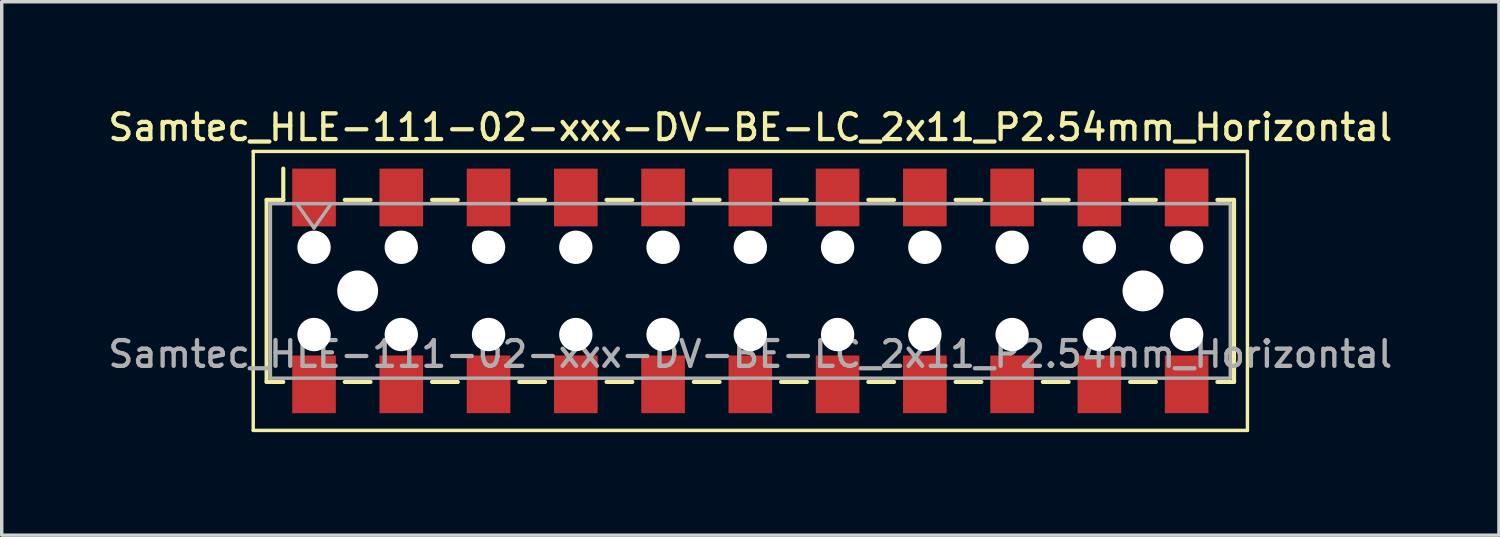
<source format=kicad_pcb>
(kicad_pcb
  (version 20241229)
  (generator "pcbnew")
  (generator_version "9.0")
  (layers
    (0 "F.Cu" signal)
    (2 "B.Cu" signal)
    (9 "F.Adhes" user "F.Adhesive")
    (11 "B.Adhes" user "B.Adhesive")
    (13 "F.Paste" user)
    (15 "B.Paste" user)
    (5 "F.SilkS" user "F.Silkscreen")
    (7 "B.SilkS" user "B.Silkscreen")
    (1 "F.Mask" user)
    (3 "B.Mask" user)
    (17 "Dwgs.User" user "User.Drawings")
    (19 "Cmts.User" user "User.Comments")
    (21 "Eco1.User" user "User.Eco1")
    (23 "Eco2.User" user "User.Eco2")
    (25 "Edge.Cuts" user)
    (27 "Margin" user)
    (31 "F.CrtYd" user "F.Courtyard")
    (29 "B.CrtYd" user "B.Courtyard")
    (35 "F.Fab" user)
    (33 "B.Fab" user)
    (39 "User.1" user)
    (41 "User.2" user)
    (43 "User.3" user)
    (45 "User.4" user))
  (footprint "Samtec_HLE-111-02-xxx-DV-BE-LC_2x11_P2.54mm_Horizontal"
    (layer "F.Cu")
    (at 18.791 5.418)
    (property "Reference" "Samtec_HLE-111-02-xxx-DV-BE-LC_2x11_P2.54mm_Horizontal" (at 0 -4.76 0) (layer "F.SilkS") (effects (font (size 0.75 0.75) (thickness 0.125))))
    (attr smd)
    (fp_line (start -14.47 -4.06) (end 14.47 -4.06) (stroke (width 0.1) (type solid)) (layer "F.SilkS"))
    (fp_line (start -14.47 4.06) (end -14.47 -4.06) (stroke (width 0.1) (type solid)) (layer "F.SilkS"))
    (fp_line (start -14.08 -2.65) (end -14.08 2.65) (stroke (width 0.12) (type solid)) (layer "F.SilkS"))
    (fp_line (start -14.08 2.65) (end -13.595 2.65) (stroke (width 0.12) (type solid)) (layer "F.SilkS"))
    (fp_line (start -13.595 -3.56) (end -13.595 -2.65) (stroke (width 0.12) (type solid)) (layer "F.SilkS"))
    (fp_line (start -13.595 -2.65) (end -14.08 -2.65) (stroke (width 0.12) (type solid)) (layer "F.SilkS"))
    (fp_line (start -11.805 -2.65) (end -11.055 -2.65) (stroke (width 0.12) (type solid)) (layer "F.SilkS"))
    (fp_line (start -11.805 2.65) (end -11.055 2.65) (stroke (width 0.12) (type solid)) (layer "F.SilkS"))
    (fp_line (start -9.265 -2.65) (end -8.515 -2.65) (stroke (width 0.12) (type solid)) (layer "F.SilkS"))
    (fp_line (start -9.265 2.65) (end -8.515 2.65) (stroke (width 0.12) (type solid)) (layer "F.SilkS"))
    (fp_line (start -6.725 -2.65) (end -5.975 -2.65) (stroke (width 0.12) (type solid)) (layer "F.SilkS"))
    (fp_line (start -6.725 2.65) (end -5.975 2.65) (stroke (width 0.12) (type solid)) (layer "F.SilkS"))
    (fp_line (start -4.185 -2.65) (end -3.435 -2.65) (stroke (width 0.12) (type solid)) (layer "F.SilkS"))
    (fp_line (start -4.185 2.65) (end -3.435 2.65) (stroke (width 0.12) (type solid)) (layer "F.SilkS"))
    (fp_line (start -1.645 -2.65) (end -0.895 -2.65) (stroke (width 0.12) (type solid)) (layer "F.SilkS"))
    (fp_line (start -1.645 2.65) (end -0.895 2.65) (stroke (width 0.12) (type solid)) (layer "F.SilkS"))
    (fp_line (start 0.895 -2.65) (end 1.645 -2.65) (stroke (width 0.12) (type solid)) (layer "F.SilkS"))
    (fp_line (start 0.895 2.65) (end 1.645 2.65) (stroke (width 0.12) (type solid)) (layer "F.SilkS"))
    (fp_line (start 3.435 -2.65) (end 4.185 -2.65) (stroke (width 0.12) (type solid)) (layer "F.SilkS"))
    (fp_line (start 3.435 2.65) (end 4.185 2.65) (stroke (width 0.12) (type solid)) (layer "F.SilkS"))
    (fp_line (start 5.975 -2.65) (end 6.725 -2.65) (stroke (width 0.12) (type solid)) (layer "F.SilkS"))
    (fp_line (start 5.975 2.65) (end 6.725 2.65) (stroke (width 0.12) (type solid)) (layer "F.SilkS"))
    (fp_line (start 8.515 -2.65) (end 9.265 -2.65) (stroke (width 0.12) (type solid)) (layer "F.SilkS"))
    (fp_line (start 8.515 2.65) (end 9.265 2.65) (stroke (width 0.12) (type solid)) (layer "F.SilkS"))
    (fp_line (start 11.055 -2.65) (end 11.805 -2.65) (stroke (width 0.12) (type solid)) (layer "F.SilkS"))
    (fp_line (start 11.055 2.65) (end 11.805 2.65) (stroke (width 0.12) (type solid)) (layer "F.SilkS"))
    (fp_line (start 13.595 -2.65) (end 14.08 -2.65) (stroke (width 0.12) (type solid)) (layer "F.SilkS"))
    (fp_line (start 14.08 -2.65) (end 14.08 2.65) (stroke (width 0.12) (type solid)) (layer "F.SilkS"))
    (fp_line (start 14.08 2.65) (end 13.595 2.65) (stroke (width 0.12) (type solid)) (layer "F.SilkS"))
    (fp_line (start 14.47 -4.06) (end 14.47 4.06) (stroke (width 0.1) (type solid)) (layer "F.SilkS"))
    (fp_line (start 14.47 4.06) (end -14.47 4.06) (stroke (width 0.1) (type solid)) (layer "F.SilkS"))
    (fp_line (start -13.97 -2.54) (end 13.97 -2.54) (stroke (width 0.1) (type solid)) (layer "F.Fab"))
    (fp_line (start -13.97 2.54) (end -13.97 -2.54) (stroke (width 0.1) (type solid)) (layer "F.Fab"))
    (fp_line (start -13.2 -2.54) (end -12.7 -1.833) (stroke (width 0.1) (type solid)) (layer "F.Fab"))
    (fp_line (start -12.7 -1.833) (end -12.2 -2.54) (stroke (width 0.1) (type solid)) (layer "F.Fab"))
    (fp_line (start 13.97 -2.54) (end 13.97 2.54) (stroke (width 0.1) (type solid)) (layer "F.Fab"))
    (fp_line (start 13.97 2.54) (end -13.97 2.54) (stroke (width 0.1) (type solid)) (layer "F.Fab"))
    (fp_text user "${REFERENCE}" (at 0 1.84 0) (layer "F.Fab") (effects (font (size 0.75 0.75) (thickness 0.125))))
    (pad "" np_thru_hole circle (at -12.7 -1.27) (size 0.97 0.97) (drill 0.97) (layers "*.Cu" "*.Mask"))
    (pad "" np_thru_hole circle (at -12.7 1.27) (size 0.97 0.97) (drill 0.97) (layers "*.Cu" "*.Mask"))
    (pad "" np_thru_hole circle (at -11.43 0) (size 1.19 1.19) (drill 1.19) (layers "*.Cu" "*.Mask"))
    (pad "" np_thru_hole circle (at -10.16 -1.27) (size 0.97 0.97) (drill 0.97) (layers "*.Cu" "*.Mask"))
    (pad "" np_thru_hole circle (at -10.16 1.27) (size 0.97 0.97) (drill 0.97) (layers "*.Cu" "*.Mask"))
    (pad "" np_thru_hole circle (at -7.62 -1.27) (size 0.97 0.97) (drill 0.97) (layers "*.Cu" "*.Mask"))
    (pad "" np_thru_hole circle (at -7.62 1.27) (size 0.97 0.97) (drill 0.97) (layers "*.Cu" "*.Mask"))
    (pad "" np_thru_hole circle (at -5.08 -1.27) (size 0.97 0.97) (drill 0.97) (layers "*.Cu" "*.Mask"))
    (pad "" np_thru_hole circle (at -5.08 1.27) (size 0.97 0.97) (drill 0.97) (layers "*.Cu" "*.Mask"))
    (pad "" np_thru_hole circle (at -2.54 -1.27) (size 0.97 0.97) (drill 0.97) (layers "*.Cu" "*.Mask"))
    (pad "" np_thru_hole circle (at -2.54 1.27) (size 0.97 0.97) (drill 0.97) (layers "*.Cu" "*.Mask"))
    (pad "" np_thru_hole circle (at 0 -1.27) (size 0.97 0.97) (drill 0.97) (layers "*.Cu" "*.Mask"))
    (pad "" np_thru_hole circle (at 0 1.27) (size 0.97 0.97) (drill 0.97) (layers "*.Cu" "*.Mask"))
    (pad "" np_thru_hole circle (at 2.54 -1.27) (size 0.97 0.97) (drill 0.97) (layers "*.Cu" "*.Mask"))
    (pad "" np_thru_hole circle (at 2.54 1.27) (size 0.97 0.97) (drill 0.97) (layers "*.Cu" "*.Mask"))
    (pad "" np_thru_hole circle (at 5.08 -1.27) (size 0.97 0.97) (drill 0.97) (layers "*.Cu" "*.Mask"))
    (pad "" np_thru_hole circle (at 5.08 1.27) (size 0.97 0.97) (drill 0.97) (layers "*.Cu" "*.Mask"))
    (pad "" np_thru_hole circle (at 7.62 -1.27) (size 0.97 0.97) (drill 0.97) (layers "*.Cu" "*.Mask"))
    (pad "" np_thru_hole circle (at 7.62 1.27) (size 0.97 0.97) (drill 0.97) (layers "*.Cu" "*.Mask"))
    (pad "" np_thru_hole circle (at 10.16 -1.27) (size 0.97 0.97) (drill 0.97) (layers "*.Cu" "*.Mask"))
    (pad "" np_thru_hole circle (at 10.16 1.27) (size 0.97 0.97) (drill 0.97) (layers "*.Cu" "*.Mask"))
    (pad "" np_thru_hole circle (at 11.43 0) (size 1.19 1.19) (drill 1.19) (layers "*.Cu" "*.Mask"))
    (pad "" np_thru_hole circle (at 12.7 -1.27) (size 0.97 0.97) (drill 0.97) (layers "*.Cu" "*.Mask"))
    (pad "" np_thru_hole circle (at 12.7 1.27) (size 0.97 0.97) (drill 0.97) (layers "*.Cu" "*.Mask"))
    (pad "1" smd rect (at -12.7 -2.72) (size 1.27 1.68) (layers "F.Cu" "F.Mask" "F.Paste"))
    (pad "2" smd rect (at -12.7 2.72) (size 1.27 1.68) (layers "F.Cu" "F.Mask" "F.Paste"))
    (pad "3" smd rect (at -10.16 -2.72) (size 1.27 1.68) (layers "F.Cu" "F.Mask" "F.Paste"))
    (pad "4" smd rect (at -10.16 2.72) (size 1.27 1.68) (layers "F.Cu" "F.Mask" "F.Paste"))
    (pad "5" smd rect (at -7.62 -2.72) (size 1.27 1.68) (layers "F.Cu" "F.Mask" "F.Paste"))
    (pad "6" smd rect (at -7.62 2.72) (size 1.27 1.68) (layers "F.Cu" "F.Mask" "F.Paste"))
    (pad "7" smd rect (at -5.08 -2.72) (size 1.27 1.68) (layers "F.Cu" "F.Mask" "F.Paste"))
    (pad "8" smd rect (at -5.08 2.72) (size 1.27 1.68) (layers "F.Cu" "F.Mask" "F.Paste"))
    (pad "9" smd rect (at -2.54 -2.72) (size 1.27 1.68) (layers "F.Cu" "F.Mask" "F.Paste"))
    (pad "10" smd rect (at -2.54 2.72) (size 1.27 1.68) (layers "F.Cu" "F.Mask" "F.Paste"))
    (pad "11" smd rect (at 0 -2.72) (size 1.27 1.68) (layers "F.Cu" "F.Mask" "F.Paste"))
    (pad "12" smd rect (at 0 2.72) (size 1.27 1.68) (layers "F.Cu" "F.Mask" "F.Paste"))
    (pad "13" smd rect (at 2.54 -2.72) (size 1.27 1.68) (layers "F.Cu" "F.Mask" "F.Paste"))
    (pad "14" smd rect (at 2.54 2.72) (size 1.27 1.68) (layers "F.Cu" "F.Mask" "F.Paste"))
    (pad "15" smd rect (at 5.08 -2.72) (size 1.27 1.68) (layers "F.Cu" "F.Mask" "F.Paste"))
    (pad "16" smd rect (at 5.08 2.72) (size 1.27 1.68) (layers "F.Cu" "F.Mask" "F.Paste"))
    (pad "17" smd rect (at 7.62 -2.72) (size 1.27 1.68) (layers "F.Cu" "F.Mask" "F.Paste"))
    (pad "18" smd rect (at 7.62 2.72) (size 1.27 1.68) (layers "F.Cu" "F.Mask" "F.Paste"))
    (pad "19" smd rect (at 10.16 -2.72) (size 1.27 1.68) (layers "F.Cu" "F.Mask" "F.Paste"))
    (pad "20" smd rect (at 10.16 2.72) (size 1.27 1.68) (layers "F.Cu" "F.Mask" "F.Paste"))
    (pad "21" smd rect (at 12.7 -2.72) (size 1.27 1.68) (layers "F.Cu" "F.Mask" "F.Paste"))
    (pad "22" smd rect (at 12.7 2.72) (size 1.27 1.68) (layers "F.Cu" "F.Mask" "F.Paste")))
  (gr_rect
    (start -3 -3)
    (end 40.582 12.528)
    (stroke (width 0.1) (type default))
    (fill no)
    (layer "Edge.Cuts")))
</source>
